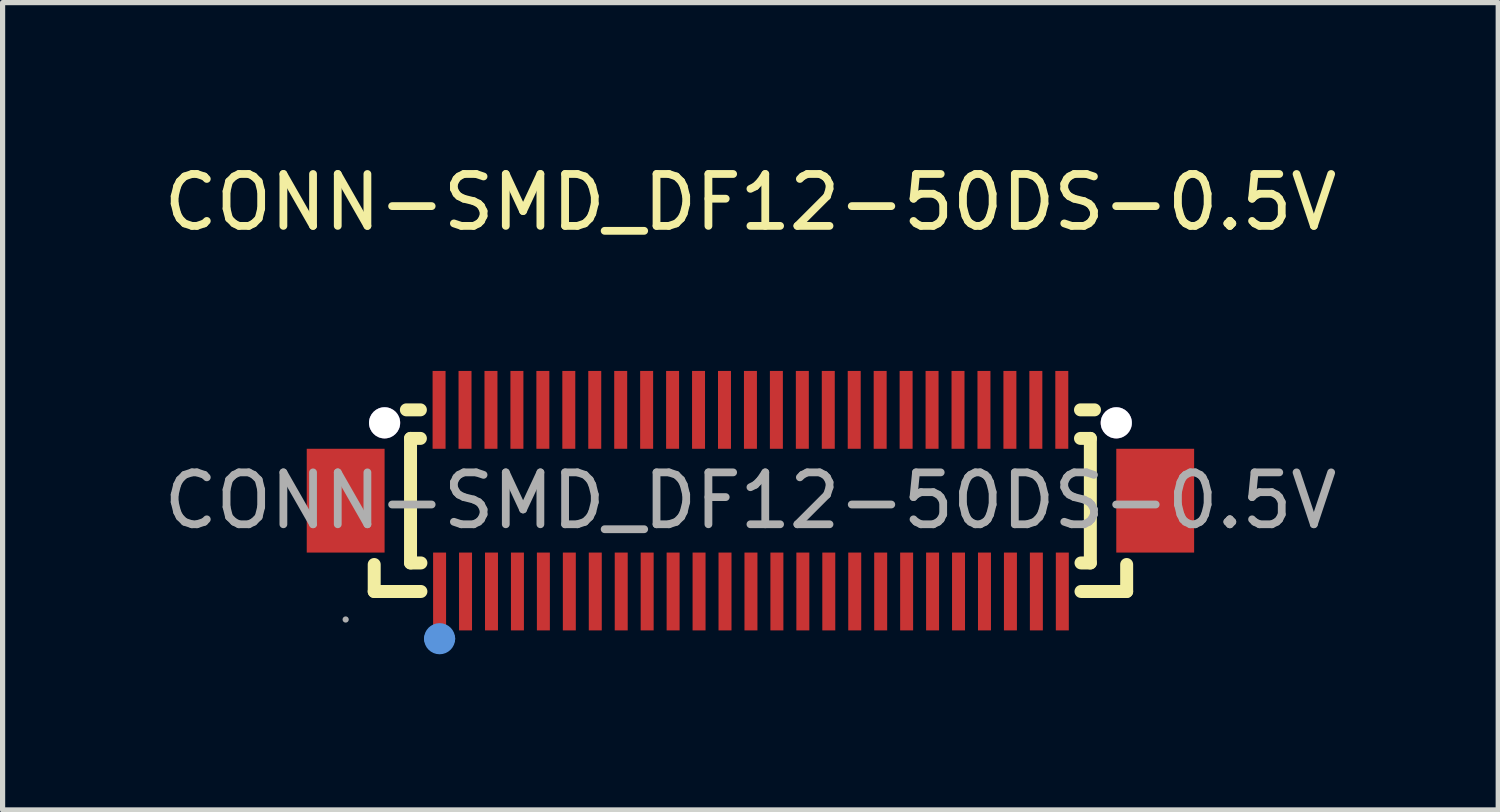
<source format=kicad_pcb>
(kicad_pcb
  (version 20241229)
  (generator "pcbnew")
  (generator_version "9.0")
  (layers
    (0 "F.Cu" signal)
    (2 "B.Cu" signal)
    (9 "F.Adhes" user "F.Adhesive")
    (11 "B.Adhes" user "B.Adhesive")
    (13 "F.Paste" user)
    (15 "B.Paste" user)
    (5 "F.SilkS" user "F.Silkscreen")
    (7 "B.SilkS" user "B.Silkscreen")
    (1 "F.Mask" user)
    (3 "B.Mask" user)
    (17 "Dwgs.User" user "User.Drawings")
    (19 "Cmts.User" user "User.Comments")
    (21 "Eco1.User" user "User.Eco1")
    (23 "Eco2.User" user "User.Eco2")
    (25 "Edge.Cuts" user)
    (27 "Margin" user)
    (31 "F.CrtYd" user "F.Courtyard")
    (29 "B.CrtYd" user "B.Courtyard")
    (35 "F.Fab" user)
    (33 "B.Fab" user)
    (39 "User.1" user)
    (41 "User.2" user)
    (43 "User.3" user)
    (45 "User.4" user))
  (footprint "CONN-SMD_DF12-50DS-0.5V"
    (layer "F.Cu")
    (at 11.411 6.598)
    (property "Reference" "CONN-SMD_DF12-50DS-0.5V" (at 0 -5.75 0) (layer "F.SilkS") (effects (font (size 1 1) (thickness 0.15))))
    (attr through_hole)
    (fp_line (start -7.25 1.75) (end -7.25 1.23) (stroke (width 0.25) (type solid)) (layer "F.SilkS"))
    (fp_line (start -7.25 1.75) (end -6.35 1.75) (stroke (width 0.25) (type solid)) (layer "F.SilkS"))
    (fp_line (start -6.63 -1.75) (end -6.36 -1.75) (stroke (width 0.25) (type solid)) (layer "F.SilkS"))
    (fp_line (start -6.55 -1.2) (end -6.55 1.2) (stroke (width 0.25) (type solid)) (layer "F.SilkS"))
    (fp_line (start -6.55 -1.2) (end -6.36 -1.2) (stroke (width 0.25) (type solid)) (layer "F.SilkS"))
    (fp_line (start -6.35 1.2) (end -6.55 1.2) (stroke (width 0.25) (type solid)) (layer "F.SilkS"))
    (fp_line (start 6.36 -1.75) (end 6.63 -1.75) (stroke (width 0.25) (type solid)) (layer "F.SilkS"))
    (fp_line (start 6.36 -1.2) (end 6.55 -1.2) (stroke (width 0.25) (type solid)) (layer "F.SilkS"))
    (fp_line (start 6.37 1.75) (end 7.25 1.75) (stroke (width 0.25) (type solid)) (layer "F.SilkS"))
    (fp_line (start 6.55 -1.2) (end 6.55 1.2) (stroke (width 0.25) (type solid)) (layer "F.SilkS"))
    (fp_line (start 6.55 1.2) (end 6.37 1.2) (stroke (width 0.25) (type solid)) (layer "F.SilkS"))
    (fp_line (start 7.25 1.75) (end 7.25 1.23) (stroke (width 0.25) (type solid)) (layer "F.SilkS"))
    (fp_arc (start -6.14 2.66) (mid -5.99 2.51) (end -5.84 2.66) (stroke (width 0.3) (type solid)) (layer "Cmts.User"))
    (fp_arc (start -5.84 2.66) (mid -5.99 2.81) (end -6.14 2.66) (stroke (width 0.3) (type solid)) (layer "Cmts.User"))
    (fp_circle (center -7.8 2.29) (end -7.77 2.29) (stroke (width 0.06) (type solid)) (fill no) (layer "F.Fab"))
    (fp_circle (center -7.05 -1.5) (end -6.95 -1.5) (stroke (width 0.2) (type solid)) (fill no) (layer "F.Fab"))
    (fp_circle (center 7.05 -1.5) (end 7.15 -1.5) (stroke (width 0.2) (type solid)) (fill no) (layer "F.Fab"))
    (fp_text user "${REFERENCE}" (at 0 0 0) (layer "F.Fab") (effects (font (size 1 1) (thickness 0.15))))
    (pad "" thru_hole circle (at -7.05 -1.5) (size 0.6 0.6) (drill 0.6) (layers "*.Cu" "*.Mask"))
    (pad "" thru_hole circle (at 7.05 -1.5) (size 0.6 0.6) (drill 0.6) (layers "*.Cu" "*.Mask"))
    (pad "1" smd rect (at -5.99 1.75 90) (size 1.5 0.25) (layers "F.Cu" "F.Mask" "F.Paste"))
    (pad "2" smd rect (at -5.49 1.75 90) (size 1.5 0.25) (layers "F.Cu" "F.Mask" "F.Paste"))
    (pad "3" smd rect (at -4.99 1.75 90) (size 1.5 0.25) (layers "F.Cu" "F.Mask" "F.Paste"))
    (pad "4" smd rect (at -4.49 1.75 90) (size 1.5 0.25) (layers "F.Cu" "F.Mask" "F.Paste"))
    (pad "5" smd rect (at -3.99 1.75 90) (size 1.5 0.25) (layers "F.Cu" "F.Mask" "F.Paste"))
    (pad "6" smd rect (at -3.49 1.75 90) (size 1.5 0.25) (layers "F.Cu" "F.Mask" "F.Paste"))
    (pad "7" smd rect (at -2.99 1.75 90) (size 1.5 0.25) (layers "F.Cu" "F.Mask" "F.Paste"))
    (pad "8" smd rect (at -2.49 1.75 90) (size 1.5 0.25) (layers "F.Cu" "F.Mask" "F.Paste"))
    (pad "9" smd rect (at -1.99 1.75 90) (size 1.5 0.25) (layers "F.Cu" "F.Mask" "F.Paste"))
    (pad "10" smd rect (at -1.49 1.75 90) (size 1.5 0.25) (layers "F.Cu" "F.Mask" "F.Paste"))
    (pad "11" smd rect (at -0.99 1.75 90) (size 1.5 0.25) (layers "F.Cu" "F.Mask" "F.Paste"))
    (pad "12" smd rect (at -0.49 1.75 90) (size 1.5 0.25) (layers "F.Cu" "F.Mask" "F.Paste"))
    (pad "13" smd rect (at 0.01 1.75 90) (size 1.5 0.25) (layers "F.Cu" "F.Mask" "F.Paste"))
    (pad "14" smd rect (at 0.51 1.75 90) (size 1.5 0.25) (layers "F.Cu" "F.Mask" "F.Paste"))
    (pad "15" smd rect (at 1.01 1.75 90) (size 1.5 0.25) (layers "F.Cu" "F.Mask" "F.Paste"))
    (pad "16" smd rect (at 1.51 1.75 90) (size 1.5 0.25) (layers "F.Cu" "F.Mask" "F.Paste"))
    (pad "17" smd rect (at 2.01 1.75 90) (size 1.5 0.25) (layers "F.Cu" "F.Mask" "F.Paste"))
    (pad "18" smd rect (at 2.51 1.75 90) (size 1.5 0.25) (layers "F.Cu" "F.Mask" "F.Paste"))
    (pad "19" smd rect (at 3.01 1.75 90) (size 1.5 0.25) (layers "F.Cu" "F.Mask" "F.Paste"))
    (pad "20" smd rect (at 3.51 1.75 90) (size 1.5 0.25) (layers "F.Cu" "F.Mask" "F.Paste"))
    (pad "21" smd rect (at 4.01 1.75 90) (size 1.5 0.25) (layers "F.Cu" "F.Mask" "F.Paste"))
    (pad "22" smd rect (at 4.51 1.75 90) (size 1.5 0.25) (layers "F.Cu" "F.Mask" "F.Paste"))
    (pad "23" smd rect (at 5.01 1.75 90) (size 1.5 0.25) (layers "F.Cu" "F.Mask" "F.Paste"))
    (pad "24" smd rect (at 5.51 1.75 90) (size 1.5 0.25) (layers "F.Cu" "F.Mask" "F.Paste"))
    (pad "25" smd rect (at 6.01 1.75 90) (size 1.5 0.25) (layers "F.Cu" "F.Mask" "F.Paste"))
    (pad "26" smd rect (at 6 -1.75 90) (size 1.5 0.25) (layers "F.Cu" "F.Mask" "F.Paste"))
    (pad "27" smd rect (at 5.5 -1.75 90) (size 1.5 0.25) (layers "F.Cu" "F.Mask" "F.Paste"))
    (pad "28" smd rect (at 5 -1.75 90) (size 1.5 0.25) (layers "F.Cu" "F.Mask" "F.Paste"))
    (pad "29" smd rect (at 4.5 -1.75 90) (size 1.5 0.25) (layers "F.Cu" "F.Mask" "F.Paste"))
    (pad "30" smd rect (at 4 -1.75 90) (size 1.5 0.25) (layers "F.Cu" "F.Mask" "F.Paste"))
    (pad "31" smd rect (at 3.5 -1.75 90) (size 1.5 0.25) (layers "F.Cu" "F.Mask" "F.Paste"))
    (pad "32" smd rect (at 3 -1.75 90) (size 1.5 0.25) (layers "F.Cu" "F.Mask" "F.Paste"))
    (pad "33" smd rect (at 2.5 -1.75 90) (size 1.5 0.25) (layers "F.Cu" "F.Mask" "F.Paste"))
    (pad "34" smd rect (at 2 -1.75 90) (size 1.5 0.25) (layers "F.Cu" "F.Mask" "F.Paste"))
    (pad "35" smd rect (at 1.5 -1.75 90) (size 1.5 0.25) (layers "F.Cu" "F.Mask" "F.Paste"))
    (pad "36" smd rect (at 1 -1.75 90) (size 1.5 0.25) (layers "F.Cu" "F.Mask" "F.Paste"))
    (pad "37" smd rect (at 0.5 -1.75 90) (size 1.5 0.25) (layers "F.Cu" "F.Mask" "F.Paste"))
    (pad "38" smd rect (at 0 -1.75 90) (size 1.5 0.25) (layers "F.Cu" "F.Mask" "F.Paste"))
    (pad "39" smd rect (at -0.5 -1.75 90) (size 1.5 0.25) (layers "F.Cu" "F.Mask" "F.Paste"))
    (pad "40" smd rect (at -1 -1.75 90) (size 1.5 0.25) (layers "F.Cu" "F.Mask" "F.Paste"))
    (pad "41" smd rect (at -1.5 -1.75 90) (size 1.5 0.25) (layers "F.Cu" "F.Mask" "F.Paste"))
    (pad "42" smd rect (at -2 -1.75 90) (size 1.5 0.25) (layers "F.Cu" "F.Mask" "F.Paste"))
    (pad "43" smd rect (at -2.5 -1.75 90) (size 1.5 0.25) (layers "F.Cu" "F.Mask" "F.Paste"))
    (pad "44" smd rect (at -3 -1.75 90) (size 1.5 0.25) (layers "F.Cu" "F.Mask" "F.Paste"))
    (pad "45" smd rect (at -3.5 -1.75 90) (size 1.5 0.25) (layers "F.Cu" "F.Mask" "F.Paste"))
    (pad "46" smd rect (at -4 -1.75 90) (size 1.5 0.25) (layers "F.Cu" "F.Mask" "F.Paste"))
    (pad "47" smd rect (at -4.5 -1.75 90) (size 1.5 0.25) (layers "F.Cu" "F.Mask" "F.Paste"))
    (pad "48" smd rect (at -5 -1.75 90) (size 1.5 0.25) (layers "F.Cu" "F.Mask" "F.Paste"))
    (pad "49" smd rect (at -5.5 -1.75 90) (size 1.5 0.25) (layers "F.Cu" "F.Mask" "F.Paste"))
    (pad "50" smd rect (at -6 -1.75 90) (size 1.5 0.25) (layers "F.Cu" "F.Mask" "F.Paste"))
    (pad "51" smd rect (at -7.8 0) (size 1.5 2) (layers "F.Cu" "F.Mask" "F.Paste"))
    (pad "52" smd rect (at 7.8 0 180) (size 1.5 2) (layers "F.Cu" "F.Mask" "F.Paste")))
  (gr_rect
    (start -3 -3)
    (end 25.821 12.558)
    (stroke (width 0.1) (type default))
    (fill no)
    (layer "Edge.Cuts")))
</source>
